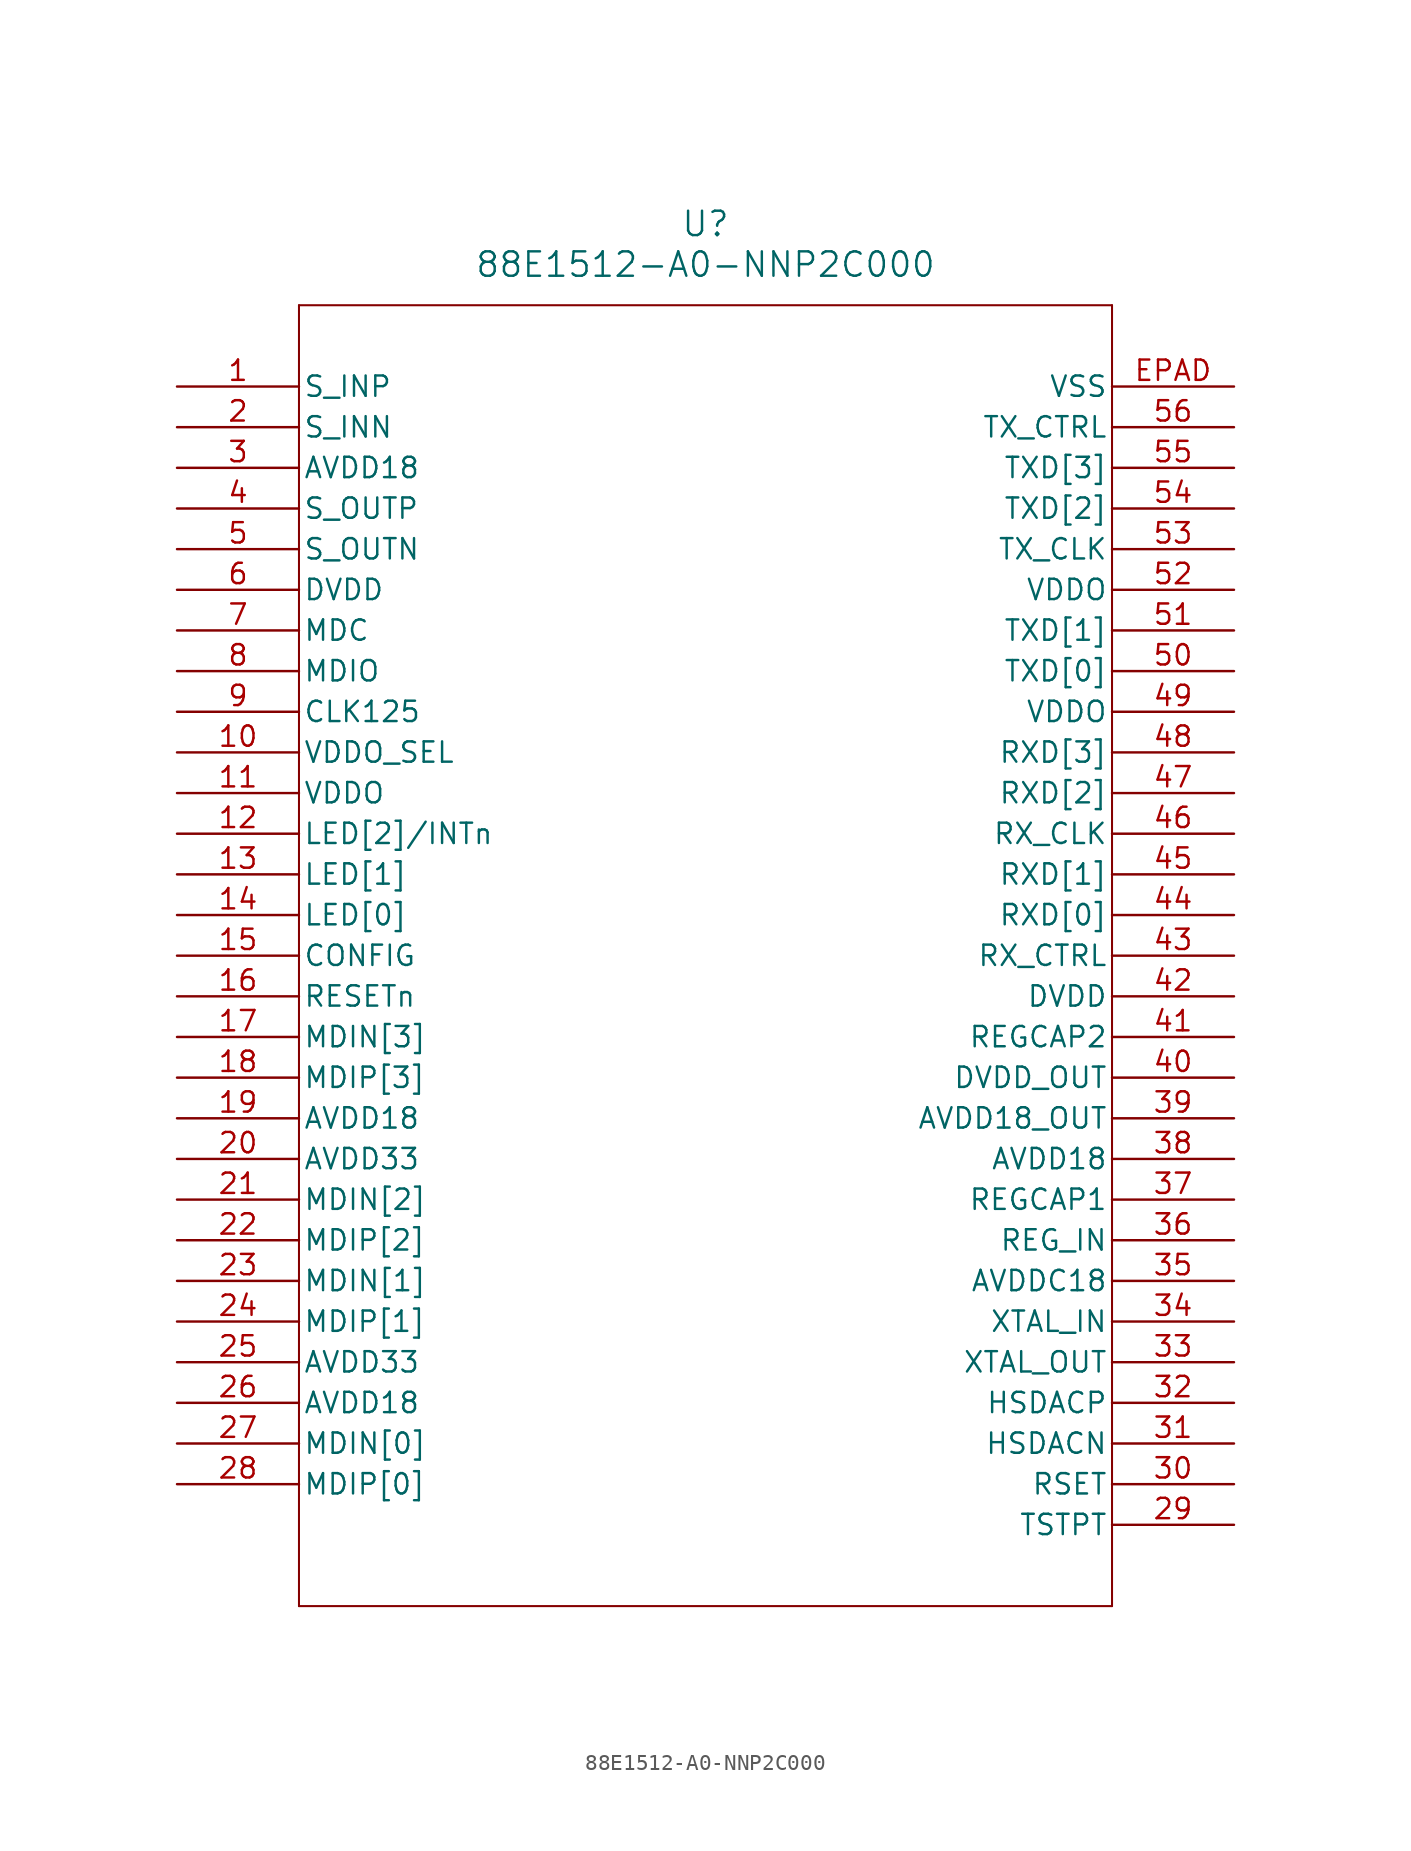
<source format=kicad_sym>
(kicad_symbol_lib
  (version 20231120)
  (generator "kicad_symbol_editor")
  (generator_version "8.0")
  (symbol "88E1512-A0-NNP2C000"
    (pin_names
      (offset 0.254))
    (property "Reference" "U"
      (at 33.02 10.16 0)
      (effects (font (size 1.524 1.524))))
    (property "Value" "88E1512-A0-NNP2C000"
      (at 33.02 7.62 0)
      (effects (font (size 1.524 1.524))))
    (property "ki_locked" ""
      (at 0 0 0)
      (effects (font (size 1.27 1.27))))
    (symbol "88E1512-A0-NNP2C000_0_1"
      (polyline (pts (xy 7.62 -76.2) (xy 58.42 -76.2)) (stroke (width 0.127) (type default)) (fill (type none)))
      (polyline (pts (xy 7.62 5.08) (xy 7.62 -76.2)) (stroke (width 0.127) (type default)) (fill (type none)))
      (polyline (pts (xy 58.42 -76.2) (xy 58.42 5.08)) (stroke (width 0.127) (type default)) (fill (type none)))
      (polyline (pts (xy 58.42 5.08) (xy 7.62 5.08)) (stroke (width 0.127) (type default)) (fill (type none)))
      (pin input line (at 0 0 0) (length 7.62) (name "S_INP" (effects (font (size 1.27 1.27)))) (number "1" (effects (font (size 1.27 1.27)))))
      (pin power_in line (at 0 -22.86 0) (length 7.62) (name "VDDO_SEL" (effects (font (size 1.27 1.27)))) (number "10" (effects (font (size 1.27 1.27)))))
      (pin power_in line (at 0 -25.4 0) (length 7.62) (name "VDDO" (effects (font (size 1.27 1.27)))) (number "11" (effects (font (size 1.27 1.27)))))
      (pin output line (at 0 -27.94 0) (length 7.62) (name "LED[2]/INTn" (effects (font (size 1.27 1.27)))) (number "12" (effects (font (size 1.27 1.27)))))
      (pin bidirectional line (at 0 -30.48 0) (length 7.62) (name "LED[1]" (effects (font (size 1.27 1.27)))) (number "13" (effects (font (size 1.27 1.27)))))
      (pin output line (at 0 -33.02 0) (length 7.62) (name "LED[0]" (effects (font (size 1.27 1.27)))) (number "14" (effects (font (size 1.27 1.27)))))
      (pin input line (at 0 -35.56 0) (length 7.62) (name "CONFIG" (effects (font (size 1.27 1.27)))) (number "15" (effects (font (size 1.27 1.27)))))
      (pin input line (at 0 -38.1 0) (length 7.62) (name "RESETn" (effects (font (size 1.27 1.27)))) (number "16" (effects (font (size 1.27 1.27)))))
      (pin bidirectional line (at 0 -40.64 0) (length 7.62) (name "MDIN[3]" (effects (font (size 1.27 1.27)))) (number "17" (effects (font (size 1.27 1.27)))))
      (pin bidirectional line (at 0 -43.18 0) (length 7.62) (name "MDIP[3]" (effects (font (size 1.27 1.27)))) (number "18" (effects (font (size 1.27 1.27)))))
      (pin power_in line (at 0 -45.72 0) (length 7.62) (name "AVDD18" (effects (font (size 1.27 1.27)))) (number "19" (effects (font (size 1.27 1.27)))))
      (pin input line (at 0 -2.54 0) (length 7.62) (name "S_INN" (effects (font (size 1.27 1.27)))) (number "2" (effects (font (size 1.27 1.27)))))
      (pin power_in line (at 0 -48.26 0) (length 7.62) (name "AVDD33" (effects (font (size 1.27 1.27)))) (number "20" (effects (font (size 1.27 1.27)))))
      (pin bidirectional line (at 0 -50.8 0) (length 7.62) (name "MDIN[2]" (effects (font (size 1.27 1.27)))) (number "21" (effects (font (size 1.27 1.27)))))
      (pin bidirectional line (at 0 -53.34 0) (length 7.62) (name "MDIP[2]" (effects (font (size 1.27 1.27)))) (number "22" (effects (font (size 1.27 1.27)))))
      (pin bidirectional line (at 0 -55.88 0) (length 7.62) (name "MDIN[1]" (effects (font (size 1.27 1.27)))) (number "23" (effects (font (size 1.27 1.27)))))
      (pin bidirectional line (at 0 -58.42 0) (length 7.62) (name "MDIP[1]" (effects (font (size 1.27 1.27)))) (number "24" (effects (font (size 1.27 1.27)))))
      (pin power_in line (at 0 -60.96 0) (length 7.62) (name "AVDD33" (effects (font (size 1.27 1.27)))) (number "25" (effects (font (size 1.27 1.27)))))
      (pin power_in line (at 0 -63.5 0) (length 7.62) (name "AVDD18" (effects (font (size 1.27 1.27)))) (number "26" (effects (font (size 1.27 1.27)))))
      (pin bidirectional line (at 0 -66.04 0) (length 7.62) (name "MDIN[0]" (effects (font (size 1.27 1.27)))) (number "27" (effects (font (size 1.27 1.27)))))
      (pin bidirectional line (at 0 -68.58 0) (length 7.62) (name "MDIP[0]" (effects (font (size 1.27 1.27)))) (number "28" (effects (font (size 1.27 1.27)))))
      (pin output line (at 66.04 -71.12 180) (length 7.62) (name "TSTPT" (effects (font (size 1.27 1.27)))) (number "29" (effects (font (size 1.27 1.27)))))
      (pin power_in line (at 0 -5.08 0) (length 7.62) (name "AVDD18" (effects (font (size 1.27 1.27)))) (number "3" (effects (font (size 1.27 1.27)))))
      (pin input line (at 66.04 -68.58 180) (length 7.62) (name "RSET" (effects (font (size 1.27 1.27)))) (number "30" (effects (font (size 1.27 1.27)))))
      (pin unspecified line (at 66.04 -66.04 180) (length 7.62) (name "HSDACN" (effects (font (size 1.27 1.27)))) (number "31" (effects (font (size 1.27 1.27)))))
      (pin output line (at 66.04 -63.5 180) (length 7.62) (name "HSDACP" (effects (font (size 1.27 1.27)))) (number "32" (effects (font (size 1.27 1.27)))))
      (pin output line (at 66.04 -60.96 180) (length 7.62) (name "XTAL_OUT" (effects (font (size 1.27 1.27)))) (number "33" (effects (font (size 1.27 1.27)))))
      (pin input line (at 66.04 -58.42 180) (length 7.62) (name "XTAL_IN" (effects (font (size 1.27 1.27)))) (number "34" (effects (font (size 1.27 1.27)))))
      (pin power_in line (at 66.04 -55.88 180) (length 7.62) (name "AVDDC18" (effects (font (size 1.27 1.27)))) (number "35" (effects (font (size 1.27 1.27)))))
      (pin unspecified line (at 66.04 -53.34 180) (length 7.62) (name "REG_IN" (effects (font (size 1.27 1.27)))) (number "36" (effects (font (size 1.27 1.27)))))
      (pin bidirectional line (at 66.04 -50.8 180) (length 7.62) (name "REGCAP1" (effects (font (size 1.27 1.27)))) (number "37" (effects (font (size 1.27 1.27)))))
      (pin power_in line (at 66.04 -48.26 180) (length 7.62) (name "AVDD18" (effects (font (size 1.27 1.27)))) (number "38" (effects (font (size 1.27 1.27)))))
      (pin output line (at 66.04 -45.72 180) (length 7.62) (name "AVDD18_OUT" (effects (font (size 1.27 1.27)))) (number "39" (effects (font (size 1.27 1.27)))))
      (pin output line (at 0 -7.62 0) (length 7.62) (name "S_OUTP" (effects (font (size 1.27 1.27)))) (number "4" (effects (font (size 1.27 1.27)))))
      (pin output line (at 66.04 -43.18 180) (length 7.62) (name "DVDD_OUT" (effects (font (size 1.27 1.27)))) (number "40" (effects (font (size 1.27 1.27)))))
      (pin bidirectional line (at 66.04 -40.64 180) (length 7.62) (name "REGCAP2" (effects (font (size 1.27 1.27)))) (number "41" (effects (font (size 1.27 1.27)))))
      (pin power_in line (at 66.04 -38.1 180) (length 7.62) (name "DVDD" (effects (font (size 1.27 1.27)))) (number "42" (effects (font (size 1.27 1.27)))))
      (pin output line (at 66.04 -35.56 180) (length 7.62) (name "RX_CTRL" (effects (font (size 1.27 1.27)))) (number "43" (effects (font (size 1.27 1.27)))))
      (pin output line (at 66.04 -33.02 180) (length 7.62) (name "RXD[0]" (effects (font (size 1.27 1.27)))) (number "44" (effects (font (size 1.27 1.27)))))
      (pin output line (at 66.04 -30.48 180) (length 7.62) (name "RXD[1]" (effects (font (size 1.27 1.27)))) (number "45" (effects (font (size 1.27 1.27)))))
      (pin output line (at 66.04 -27.94 180) (length 7.62) (name "RX_CLK" (effects (font (size 1.27 1.27)))) (number "46" (effects (font (size 1.27 1.27)))))
      (pin output line (at 66.04 -25.4 180) (length 7.62) (name "RXD[2]" (effects (font (size 1.27 1.27)))) (number "47" (effects (font (size 1.27 1.27)))))
      (pin output line (at 66.04 -22.86 180) (length 7.62) (name "RXD[3]" (effects (font (size 1.27 1.27)))) (number "48" (effects (font (size 1.27 1.27)))))
      (pin power_in line (at 66.04 -20.32 180) (length 7.62) (name "VDDO" (effects (font (size 1.27 1.27)))) (number "49" (effects (font (size 1.27 1.27)))))
      (pin output line (at 0 -10.16 0) (length 7.62) (name "S_OUTN" (effects (font (size 1.27 1.27)))) (number "5" (effects (font (size 1.27 1.27)))))
      (pin input line (at 66.04 -17.78 180) (length 7.62) (name "TXD[0]" (effects (font (size 1.27 1.27)))) (number "50" (effects (font (size 1.27 1.27)))))
      (pin input line (at 66.04 -15.24 180) (length 7.62) (name "TXD[1]" (effects (font (size 1.27 1.27)))) (number "51" (effects (font (size 1.27 1.27)))))
      (pin power_in line (at 66.04 -12.7 180) (length 7.62) (name "VDDO" (effects (font (size 1.27 1.27)))) (number "52" (effects (font (size 1.27 1.27)))))
      (pin input line (at 66.04 -10.16 180) (length 7.62) (name "TX_CLK" (effects (font (size 1.27 1.27)))) (number "53" (effects (font (size 1.27 1.27)))))
      (pin input line (at 66.04 -7.62 180) (length 7.62) (name "TXD[2]" (effects (font (size 1.27 1.27)))) (number "54" (effects (font (size 1.27 1.27)))))
      (pin input line (at 66.04 -5.08 180) (length 7.62) (name "TXD[3]" (effects (font (size 1.27 1.27)))) (number "55" (effects (font (size 1.27 1.27)))))
      (pin input line (at 66.04 -2.54 180) (length 7.62) (name "TX_CTRL" (effects (font (size 1.27 1.27)))) (number "56" (effects (font (size 1.27 1.27)))))
      (pin power_in line (at 0 -12.7 0) (length 7.62) (name "DVDD" (effects (font (size 1.27 1.27)))) (number "6" (effects (font (size 1.27 1.27)))))
      (pin input line (at 0 -15.24 0) (length 7.62) (name "MDC" (effects (font (size 1.27 1.27)))) (number "7" (effects (font (size 1.27 1.27)))))
      (pin bidirectional line (at 0 -17.78 0) (length 7.62) (name "MDIO" (effects (font (size 1.27 1.27)))) (number "8" (effects (font (size 1.27 1.27)))))
      (pin output line (at 0 -20.32 0) (length 7.62) (name "CLK125" (effects (font (size 1.27 1.27)))) (number "9" (effects (font (size 1.27 1.27)))))
      (pin power_out line (at 66.04 0 180) (length 7.62) (name "VSS" (effects (font (size 1.27 1.27)))) (number "EPAD" (effects (font (size 1.27 1.27))))))))
</source>
